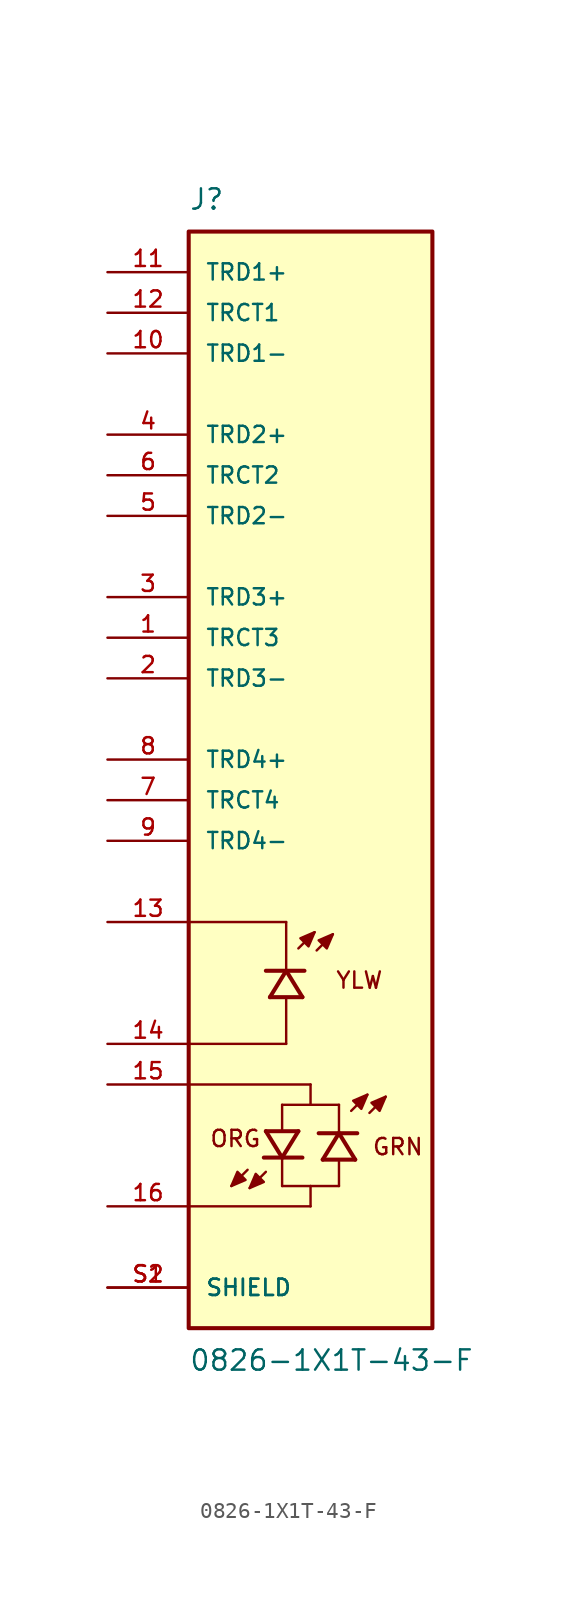
<source format=kicad_sym>
(kicad_symbol_lib
  (version 20211014)
  (generator kicad_symbol_editor)
  (symbol "0826-1X1T-43-F"
    (pin_names
      (offset 1.016))
    (property "Reference" "J"
      (at -7.62 34.29 0)
      (effects (font (size 1.27 1.27)) (justify bottom left)))
    (property "Value" "0826-1X1T-43-F"
      (at -7.62 -36.83 0)
      (effects (font (size 1.27 1.27)) (justify top left)))
    (symbol "0826-1X1T-43-F_0_0"
      (polyline (pts (xy -1.524 -17.78) (xy -7.62 -17.78)) (stroke (width 0.152)))
      (polyline (pts (xy -1.524 -10.16) (xy -7.62 -10.16)) (stroke (width 0.152)))
      (polyline (pts (xy -0.762 -11.811) (xy 0.254 -10.795)) (stroke (width 0.152)))
      (polyline (pts (xy 0.381 -11.938) (xy 1.397 -10.922)) (stroke (width 0.152)))
      (polyline (pts (xy 0.254 -10.795) (xy -0.635 -11.176) (xy -0.127 -11.684) (xy 0.254 -10.795)) (stroke (width 0.152)) (fill (type outline)))
      (polyline (pts (xy 1.397 -10.922) (xy 0.508 -11.303) (xy 1.016 -11.811) (xy 1.397 -10.922)) (stroke (width 0.152)) (fill (type outline)))
      (polyline (pts (xy -0.508 -14.859) (xy -1.524 -13.208)) (stroke (width 0.254)))
      (polyline (pts (xy -1.524 -13.208) (xy -2.54 -14.859)) (stroke (width 0.254)))
      (polyline (pts (xy -0.381 -13.208) (xy -1.524 -13.208)) (stroke (width 0.254)))
      (polyline (pts (xy -1.524 -13.208) (xy -2.794 -13.208)) (stroke (width 0.254)))
      (polyline (pts (xy -0.508 -14.859) (xy -2.54 -14.859)) (stroke (width 0.254)))
      (polyline (pts (xy -1.524 -17.78) (xy -1.524 -14.986)) (stroke (width 0.152)))
      (polyline (pts (xy -1.524 -13.081) (xy -1.524 -10.16)) (stroke (width 0.152)))
      (text "YLW" (at 1.524 -13.208 0) (effects (font (size 1.016 1.016)) (justify top left)))
      (polyline (pts (xy -2.794 -23.241) (xy -1.778 -24.892)) (stroke (width 0.254)))
      (polyline (pts (xy -1.778 -24.892) (xy -0.762 -23.241)) (stroke (width 0.254)))
      (polyline (pts (xy -2.921 -24.892) (xy -1.778 -24.892)) (stroke (width 0.254)))
      (polyline (pts (xy -1.778 -24.892) (xy -0.508 -24.892)) (stroke (width 0.254)))
      (polyline (pts (xy -2.794 -23.241) (xy -0.762 -23.241)) (stroke (width 0.254)))
      (polyline (pts (xy 2.54 -21.971) (xy 3.556 -20.955)) (stroke (width 0.152)))
      (polyline (pts (xy 3.683 -22.098) (xy 4.699 -21.082)) (stroke (width 0.152)))
      (polyline (pts (xy -1.778 -21.59) (xy -1.778 -23.114)) (stroke (width 0.152)))
      (polyline (pts (xy -1.778 -25.019) (xy -1.778 -26.67)) (stroke (width 0.152)))
      (polyline (pts (xy -2.794 -25.781) (xy -3.81 -26.797)) (stroke (width 0.152)))
      (polyline (pts (xy -3.937 -25.654) (xy -4.953 -26.67)) (stroke (width 0.152)))
      (polyline (pts (xy 3.556 -20.955) (xy 2.667 -21.336) (xy 3.175 -21.844) (xy 3.556 -20.955)) (stroke (width 0.152)) (fill (type outline)))
      (polyline (pts (xy 4.699 -21.082) (xy 3.81 -21.463) (xy 4.318 -21.971) (xy 4.699 -21.082)) (stroke (width 0.152)) (fill (type outline)))
      (polyline (pts (xy -3.81 -26.797) (xy -2.921 -26.416) (xy -3.429 -25.908) (xy -3.81 -26.797)) (stroke (width 0.152)) (fill (type outline)))
      (polyline (pts (xy -4.953 -26.67) (xy -4.064 -26.289) (xy -4.572 -25.781) (xy -4.953 -26.67)) (stroke (width 0.152)) (fill (type outline)))
      (polyline (pts (xy 2.794 -25.019) (xy 1.778 -23.368)) (stroke (width 0.254)))
      (polyline (pts (xy 1.778 -23.368) (xy 0.762 -25.019)) (stroke (width 0.254)))
      (polyline (pts (xy 2.921 -23.368) (xy 1.778 -23.368)) (stroke (width 0.254)))
      (polyline (pts (xy 1.778 -23.368) (xy 0.508 -23.368)) (stroke (width 0.254)))
      (polyline (pts (xy 2.794 -25.019) (xy 0.762 -25.019)) (stroke (width 0.254)))
      (polyline (pts (xy 1.778 -26.67) (xy 1.778 -25.146)) (stroke (width 0.152)))
      (polyline (pts (xy 1.778 -23.241) (xy 1.778 -21.59)) (stroke (width 0.152)))
      (polyline (pts (xy -1.778 -21.59) (xy 0.0 -21.59)) (stroke (width 0.152)))
      (polyline (pts (xy 0.0 -21.59) (xy 1.778 -21.59)) (stroke (width 0.152)))
      (polyline (pts (xy -1.778 -26.67) (xy 0.0 -26.67)) (stroke (width 0.152)))
      (polyline (pts (xy 0.0 -26.67) (xy 1.778 -26.67)) (stroke (width 0.152)))
      (polyline (pts (xy 0.0 -21.59) (xy 0.0 -20.32)) (stroke (width 0.152)))
      (polyline (pts (xy 0.0 -26.67) (xy 0.0 -27.94)) (stroke (width 0.152)))
      (text "ORG" (at -6.35 -23.114 0) (effects (font (size 1.016 1.016)) (justify top left)))
      (text "GRN" (at 3.81 -23.622 0) (effects (font (size 1.016 1.016)) (justify top left)))
      (polyline (pts (xy 0.0 -20.32) (xy -7.62 -20.32)) (stroke (width 0.152)))
      (polyline (pts (xy 0.0 -27.94) (xy -7.62 -27.94)) (stroke (width 0.152)))
      (rectangle (start -7.62 -35.56) (end 7.62 33.02) (stroke (width 0.254)) (fill (type background)))
      (pin passive line (at -12.7 25.4 0) (length 5.08) (name "TRD1-" (effects (font (size 1.016 1.016)))) (number "10" (effects (font (size 1.016 1.016)))))
      (pin passive line (at -12.7 30.48 0) (length 5.08) (name "TRD1+" (effects (font (size 1.016 1.016)))) (number "11" (effects (font (size 1.016 1.016)))))
      (pin passive line (at -12.7 15.24 0) (length 5.08) (name "TRD2-" (effects (font (size 1.016 1.016)))) (number "5" (effects (font (size 1.016 1.016)))))
      (pin passive line (at -12.7 20.32 0) (length 5.08) (name "TRD2+" (effects (font (size 1.016 1.016)))) (number "4" (effects (font (size 1.016 1.016)))))
      (pin passive line (at -12.7 5.08 0) (length 5.08) (name "TRD3-" (effects (font (size 1.016 1.016)))) (number "2" (effects (font (size 1.016 1.016)))))
      (pin passive line (at -12.7 10.16 0) (length 5.08) (name "TRD3+" (effects (font (size 1.016 1.016)))) (number "3" (effects (font (size 1.016 1.016)))))
      (pin passive line (at -12.7 -5.08 0) (length 5.08) (name "TRD4-" (effects (font (size 1.016 1.016)))) (number "9" (effects (font (size 1.016 1.016)))))
      (pin passive line (at -12.7 0.0 0) (length 5.08) (name "TRD4+" (effects (font (size 1.016 1.016)))) (number "8" (effects (font (size 1.016 1.016)))))
      (pin passive line (at -12.7 -17.78 0) (length 5.08) (name "~" (effects (font (size 1.016 1.016)))) (number "14" (effects (font (size 1.016 1.016)))))
      (pin passive line (at -12.7 -10.16 0) (length 5.08) (name "~" (effects (font (size 1.016 1.016)))) (number "13" (effects (font (size 1.016 1.016)))))
      (pin passive line (at -12.7 27.94 0) (length 5.08) (name "TRCT1" (effects (font (size 1.016 1.016)))) (number "12" (effects (font (size 1.016 1.016)))))
      (pin passive line (at -12.7 -33.02 0) (length 5.08) (name "SHIELD" (effects (font (size 1.016 1.016)))) (number "S1" (effects (font (size 1.016 1.016)))))
      (pin passive line (at -12.7 -33.02 0) (length 5.08) (name "SHIELD" (effects (font (size 1.016 1.016)))) (number "S2" (effects (font (size 1.016 1.016)))))
      (pin passive line (at -12.7 17.78 0) (length 5.08) (name "TRCT2" (effects (font (size 1.016 1.016)))) (number "6" (effects (font (size 1.016 1.016)))))
      (pin passive line (at -12.7 7.62 0) (length 5.08) (name "TRCT3" (effects (font (size 1.016 1.016)))) (number "1" (effects (font (size 1.016 1.016)))))
      (pin passive line (at -12.7 -2.54 0) (length 5.08) (name "TRCT4" (effects (font (size 1.016 1.016)))) (number "7" (effects (font (size 1.016 1.016)))))
      (pin passive line (at -12.7 -27.94 0) (length 5.08) (name "~" (effects (font (size 1.016 1.016)))) (number "16" (effects (font (size 1.016 1.016)))))
      (pin passive line (at -12.7 -20.32 0) (length 5.08) (name "~" (effects (font (size 1.016 1.016)))) (number "15" (effects (font (size 1.016 1.016))))))))
</source>
